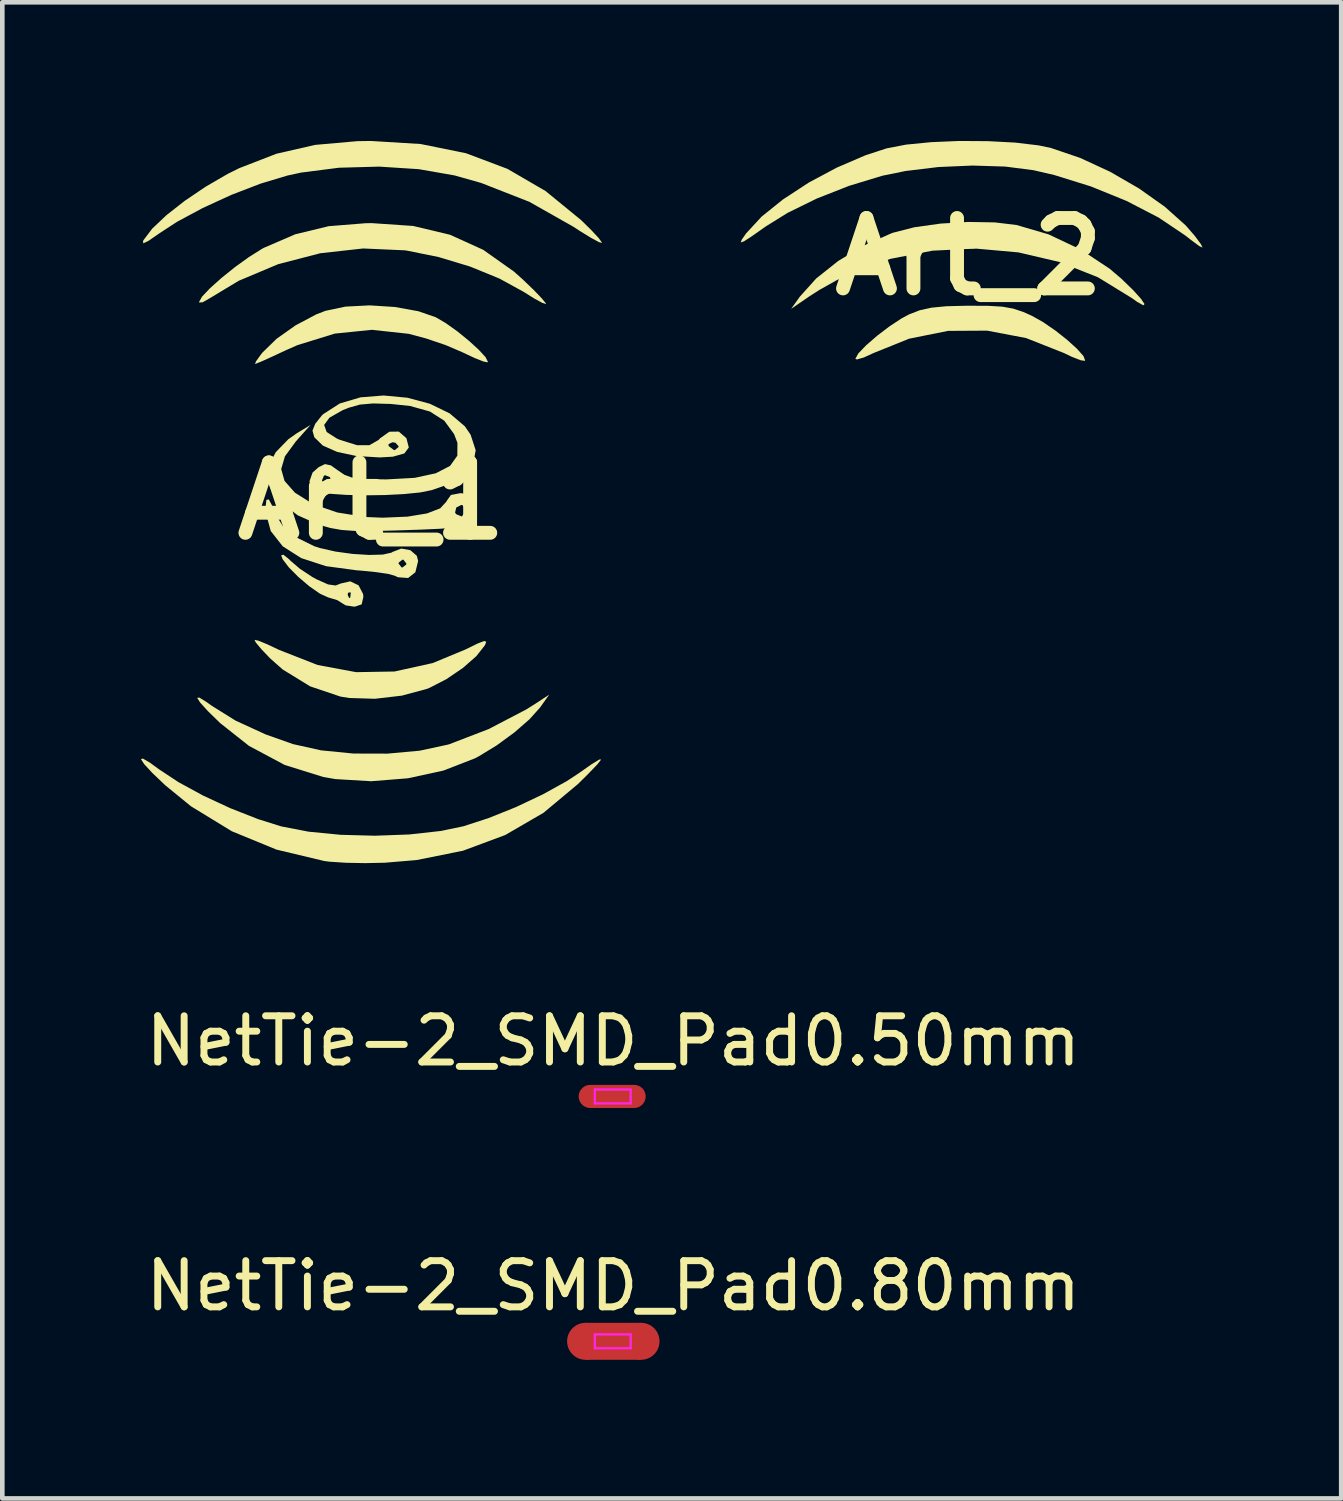
<source format=kicad_pcb>
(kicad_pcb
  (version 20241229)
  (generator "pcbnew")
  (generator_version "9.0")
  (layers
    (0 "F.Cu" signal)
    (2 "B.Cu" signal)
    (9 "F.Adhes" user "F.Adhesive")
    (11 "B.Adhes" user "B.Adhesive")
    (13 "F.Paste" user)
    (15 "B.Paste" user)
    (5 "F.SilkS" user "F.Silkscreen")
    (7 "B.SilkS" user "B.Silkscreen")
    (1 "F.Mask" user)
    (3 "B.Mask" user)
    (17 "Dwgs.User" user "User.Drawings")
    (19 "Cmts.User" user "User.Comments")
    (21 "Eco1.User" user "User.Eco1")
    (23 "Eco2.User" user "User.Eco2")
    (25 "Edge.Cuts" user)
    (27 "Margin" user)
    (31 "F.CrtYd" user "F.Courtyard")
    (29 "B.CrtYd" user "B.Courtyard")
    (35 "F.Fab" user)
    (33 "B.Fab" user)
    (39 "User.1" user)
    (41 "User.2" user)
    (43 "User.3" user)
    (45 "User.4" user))
  (footprint "Art_2"
    (layer "F.Cu")
    (at 17.911 2.501)
    (property "Reference" "Art_2" (at 0 0 0) (layer "F.SilkS") (effects (font (size 1.524 1.524) (thickness 0.3))))
    (attr through_hole)
    (fp_poly (pts (xy 0.565 -0.739) (xy 1.032 -0.683) (xy 1.724 -0.481) (xy 2.417 -0.154) (xy 3.048 0.263) (xy 3.299 0.477) (xy 3.556 0.726) (xy 3.726 0.914) (xy 3.802 1.028) (xy 3.777 1.055) (xy 3.644 0.981) (xy 3.535 0.903) (xy 2.798 0.45) (xy 1.968 0.119) (xy 1.074 -0.09) (xy 0.146 -0.173) (xy -0.788 -0.127) (xy -1.698 0.05) (xy -2.514 0.342) (xy -2.866 0.516) (xy -3.227 0.719) (xy -3.441 0.855) (xy -3.844 1.132) (xy -3.653 0.865) (xy -3.301 0.474) (xy -2.825 0.095) (xy -2.268 -0.24) (xy -1.677 -0.502) (xy -1.638 -0.516) (xy -1.178 -0.634) (xy -0.616 -0.713) (xy -0.013 -0.749) (xy 0.565 -0.739)) (stroke (width 0) (type solid)) (fill yes) (layer "F.SilkS"))
    (fp_poly (pts (xy 0.422 1.066) (xy 0.725 1.084) (xy 0.961 1.126) (xy 1.18 1.199) (xy 1.367 1.283) (xy 1.608 1.418) (xy 1.872 1.6) (xy 2.127 1.801) (xy 2.341 1.995) (xy 2.482 2.154) (xy 2.518 2.25) (xy 2.513 2.256) (xy 2.422 2.244) (xy 2.229 2.169) (xy 2.058 2.087) (xy 1.239 1.763) (xy 0.397 1.603) (xy -0.451 1.608) (xy -1.29 1.777) (xy -2.05 2.083) (xy -2.272 2.184) (xy -2.42 2.226) (xy -2.455 2.214) (xy -2.39 2.096) (xy -2.219 1.918) (xy -1.981 1.712) (xy -1.711 1.507) (xy -1.448 1.334) (xy -1.289 1.25) (xy -1.058 1.161) (xy -0.807 1.106) (xy -0.488 1.075) (xy -0.053 1.064) (xy 0 1.064) (xy 0.422 1.066)) (stroke (width 0) (type solid)) (fill yes) (layer "F.SilkS"))
    (fp_poly (pts (xy 0.412 -2.497) (xy 1.002 -2.466) (xy 1.508 -2.406) (xy 1.778 -2.349) (xy 2.411 -2.134) (xy 3.059 -1.834) (xy 3.682 -1.474) (xy 4.24 -1.079) (xy 4.694 -0.673) (xy 4.892 -0.445) (xy 5.023 -0.267) (xy 5.058 -0.194) (xy 4.986 -0.227) (xy 4.798 -0.367) (xy 4.68 -0.459) (xy 4.107 -0.844) (xy 3.412 -1.204) (xy 2.643 -1.517) (xy 1.846 -1.765) (xy 1.397 -1.869) (xy 0.788 -1.947) (xy 0.082 -1.969) (xy -0.658 -1.937) (xy -1.369 -1.851) (xy -1.873 -1.748) (xy -2.587 -1.531) (xy -3.287 -1.256) (xy -3.919 -0.946) (xy -4.391 -0.653) (xy -4.689 -0.443) (xy -4.865 -0.329) (xy -4.934 -0.305) (xy -4.912 -0.366) (xy -4.818 -0.501) (xy -4.482 -0.865) (xy -4.017 -1.238) (xy -3.463 -1.6) (xy -2.855 -1.925) (xy -2.234 -2.192) (xy -1.778 -2.341) (xy -1.356 -2.422) (xy -0.817 -2.475) (xy -0.211 -2.501) (xy 0.412 -2.497)) (stroke (width 0) (type solid)) (fill yes) (layer "F.SilkS")))
  (footprint "NetTie-2_SMD_Pad0.50mm"
    (layer "F.Cu")
    (at 10.22 20.673)
    (property "Reference" "NetTie-2_SMD_Pad0.50mm" (at 0 -1.2 0) (layer "F.SilkS") (effects (font (size 1 1) (thickness 0.15))))
    (attr exclude_from_pos_files exclude_from_bom)
    (fp_poly (pts (xy -0.5 -0.25) (xy 0.45 -0.25) (xy 0.45 0.25) (xy -0.5 0.25)) (stroke (width 0) (type solid)) (fill yes) (layer "F.Cu"))
    (fp_line (start -0.4 -0.15) (end -0.4 0.15) (stroke (width 0.05) (type solid)) (layer "F.CrtYd"))
    (fp_line (start -0.4 0.15) (end 0.375 0.15) (stroke (width 0.05) (type solid)) (layer "F.CrtYd"))
    (fp_line (start 0.375 -0.15) (end -0.4 -0.15) (stroke (width 0.05) (type solid)) (layer "F.CrtYd"))
    (fp_line (start 0.375 0.15) (end 0.375 -0.15) (stroke (width 0.05) (type solid)) (layer "F.CrtYd"))
    (pad "1" smd circle (at -0.5 0) (size 0.5 0.5) (layers "F.Cu"))
    (pad "2" smd circle (at 0.45 0) (size 0.5 0.5) (layers "F.Cu")))
  (footprint "NetTie-2_SMD_Pad0.80mm"
    (layer "F.Cu")
    (at 10.22 25.971)
    (property "Reference" "NetTie-2_SMD_Pad0.80mm" (at 0 -1.2 0) (layer "F.SilkS") (effects (font (size 1 1) (thickness 0.15))))
    (attr exclude_from_pos_files exclude_from_bom)
    (fp_poly (pts (xy -0.6 -0.4) (xy 0.6 -0.4) (xy 0.6 0.4) (xy -0.6 0.4)) (stroke (width 0) (type solid)) (fill yes) (layer "F.Cu"))
    (fp_line (start -0.4 -0.15) (end -0.4 0.15) (stroke (width 0.05) (type solid)) (layer "F.CrtYd"))
    (fp_line (start -0.4 0.15) (end 0.375 0.15) (stroke (width 0.05) (type solid)) (layer "F.CrtYd"))
    (fp_line (start 0.375 -0.15) (end -0.4 -0.15) (stroke (width 0.05) (type solid)) (layer "F.CrtYd"))
    (fp_line (start 0.375 0.15) (end 0.375 -0.15) (stroke (width 0.05) (type solid)) (layer "F.CrtYd"))
    (pad "1" smd circle (at -0.6 0) (size 0.8 0.8) (layers "F.Cu"))
    (pad "2" smd circle (at 0.6 0) (size 0.8 0.8) (layers "F.Cu")))
  (footprint "Art_1"
    (layer "F.Cu")
    (at 4.981 7.789)
    (property "Reference" "Art_1" (at 0 0 0) (layer "F.SilkS") (effects (font (size 1.524 1.524) (thickness 0.3))))
    (attr through_hole)
    (fp_poly (pts (xy -2.439 3.023) (xy -2.245 3.103) (xy -1.986 3.225) (xy -1.159 3.549) (xy -0.327 3.704) (xy 0.504 3.69) (xy 1.332 3.507) (xy 2.038 3.214) (xy 2.304 3.084) (xy 2.447 3.03) (xy 2.49 3.047) (xy 2.461 3.121) (xy 2.276 3.357) (xy 1.983 3.614) (xy 1.63 3.854) (xy 1.269 4.04) (xy 1.198 4.068) (xy 0.664 4.212) (xy 0.08 4.28) (xy -0.474 4.263) (xy -0.666 4.232) (xy -1.321 4.011) (xy -1.915 3.646) (xy -2.186 3.406) (xy -2.374 3.209) (xy -2.496 3.063) (xy -2.525 3.005) (xy -2.439 3.023)) (stroke (width 0) (type solid)) (fill yes) (layer "F.SilkS"))
    (fp_poly (pts (xy 3.653 4.47) (xy 3.425 4.724) (xy 3.095 5.011) (xy 2.712 5.291) (xy 2.326 5.526) (xy 2.244 5.569) (xy 1.564 5.833) (xy 0.797 6) (xy -0.000234 6.064) (xy -0.77 6.018) (xy -1.034 5.973) (xy -1.871 5.712) (xy -2.644 5.299) (xy -3.265 4.808) (xy -3.533 4.547) (xy -3.701 4.361) (xy -3.765 4.26) (xy -3.718 4.254) (xy -3.558 4.353) (xy -3.456 4.427) (xy -2.935 4.752) (xy -2.284 5.051) (xy -1.691 5.261) (xy -1.083 5.396) (xy -0.383 5.465) (xy 0.349 5.467) (xy 1.05 5.403) (xy 1.659 5.272) (xy 1.69 5.263) (xy 2.54 4.936) (xy 3.348 4.515) (xy 3.556 4.385) (xy 3.851 4.191) (xy 3.653 4.47)) (stroke (width 0) (type solid)) (fill yes) (layer "F.SilkS"))
    (fp_poly (pts (xy 0.513 -4.197) (xy 1.021 -4.105) (xy 1.397 -3.975) (xy 1.614 -3.848) (xy 1.864 -3.67) (xy 2.112 -3.468) (xy 2.327 -3.272) (xy 2.476 -3.11) (xy 2.525 -3.01) (xy 2.52 -3) (xy 2.432 -3.016) (xy 2.236 -3.094) (xy 1.974 -3.217) (xy 1.97 -3.219) (xy 1.615 -3.371) (xy 1.188 -3.516) (xy 0.807 -3.617) (xy 0.014 -3.703) (xy -0.788 -3.621) (xy -1.597 -3.371) (xy -1.848 -3.26) (xy -2.142 -3.123) (xy -2.372 -3.019) (xy -2.5 -2.967) (xy -2.513 -2.963) (xy -2.492 -3.021) (xy -2.391 -3.162) (xy -2.356 -3.207) (xy -2.047 -3.509) (xy -1.637 -3.799) (xy -1.193 -4.035) (xy -0.989 -4.114) (xy -0.557 -4.205) (xy -0.034 -4.232) (xy 0.513 -4.197)) (stroke (width 0) (type solid)) (fill yes) (layer "F.SilkS"))
    (fp_poly (pts (xy -1.78 1.258) (xy -1.746 1.293) (xy -1.543 1.467) (xy -1.275 1.644) (xy -1.18 1.696) (xy -0.932 1.806) (xy -0.769 1.829) (xy -0.659 1.786) (xy -0.453 1.739) (xy -0.273 1.825) (xy -0.175 2.013) (xy -0.169 2.077) (xy -0.206 2.237) (xy -0.347 2.285) (xy -0.376 2.286) (xy -0.552 2.259) (xy -0.628 2.212) (xy -0.736 2.145) (xy -0.93 2.087) (xy -1.053 2.032) (xy -0.508 2.032) (xy -0.477 2.102) (xy -0.452 2.088) (xy -0.441 1.988) (xy -0.452 1.976) (xy -0.502 1.987) (xy -0.508 2.032) (xy -1.053 2.032) (xy -1.107 2.007) (xy -1.337 1.847) (xy -1.576 1.644) (xy -1.783 1.435) (xy -1.918 1.258) (xy -1.947 1.175) (xy -1.899 1.163) (xy -1.78 1.258)) (stroke (width 0) (type solid)) (fill yes) (layer "F.SilkS"))
    (fp_poly (pts (xy 0.909 -5.95) (xy 1.705 -5.76) (xy 2.424 -5.434) (xy 3.088 -4.964) (xy 3.28 -4.793) (xy 3.516 -4.566) (xy 3.691 -4.384) (xy 3.778 -4.277) (xy 3.781 -4.261) (xy 3.7 -4.287) (xy 3.519 -4.386) (xy 3.298 -4.525) (xy 2.773 -4.813) (xy 2.139 -5.072) (xy 1.454 -5.279) (xy 0.779 -5.415) (xy 0.726 -5.423) (xy -0.173 -5.463) (xy -1.1 -5.36) (xy -2.013 -5.123) (xy -2.868 -4.763) (xy -3.493 -4.386) (xy -3.647 -4.298) (xy -3.723 -4.295) (xy -3.725 -4.304) (xy -3.66 -4.42) (xy -3.487 -4.603) (xy -3.239 -4.825) (xy -2.948 -5.059) (xy -2.647 -5.276) (xy -2.369 -5.451) (xy -2.322 -5.477) (xy -1.643 -5.77) (xy -0.921 -5.945) (xy -0.112 -6.01) (xy 0.016 -6.011) (xy 0.909 -5.95)) (stroke (width 0) (type solid)) (fill yes) (layer "F.SilkS"))
    (fp_poly (pts (xy 1.07 -7.723) (xy 2.05 -7.524) (xy 2.947 -7.186) (xy 3.774 -6.705) (xy 4.542 -6.077) (xy 4.762 -5.861) (xy 4.923 -5.687) (xy 4.994 -5.589) (xy 4.995 -5.584) (xy 4.931 -5.599) (xy 4.758 -5.692) (xy 4.509 -5.845) (xy 4.378 -5.931) (xy 3.423 -6.472) (xy 2.376 -6.882) (xy 1.801 -7.044) (xy 1.028 -7.179) (xy 0.173 -7.234) (xy -0.697 -7.21) (xy -1.515 -7.105) (xy -1.815 -7.04) (xy -2.393 -6.866) (xy -3.022 -6.624) (xy -3.644 -6.339) (xy -4.204 -6.038) (xy -4.59 -5.786) (xy -4.819 -5.627) (xy -4.931 -5.574) (xy -4.936 -5.623) (xy -4.926 -5.643) (xy -4.738 -5.892) (xy -4.428 -6.185) (xy -4.031 -6.496) (xy -3.579 -6.801) (xy -3.107 -7.075) (xy -2.856 -7.2) (xy -2.052 -7.512) (xy -1.214 -7.704) (xy -0.297 -7.785) (xy -0.008 -7.789) (xy 1.07 -7.723)) (stroke (width 0) (type solid)) (fill yes) (layer "F.SilkS"))
    (fp_poly (pts (xy -4.786 5.663) (xy -4.593 5.804) (xy -4.171 6.083) (xy -3.637 6.374) (xy -3.044 6.649) (xy -2.446 6.884) (xy -1.947 7.041) (xy -1.358 7.155) (xy -0.663 7.223) (xy 0.081 7.243) (xy 0.82 7.216) (xy 1.499 7.141) (xy 1.99 7.04) (xy 2.536 6.863) (xy 3.131 6.624) (xy 3.714 6.348) (xy 4.228 6.064) (xy 4.483 5.897) (xy 4.771 5.695) (xy 4.936 5.594) (xy 4.976 5.595) (xy 4.891 5.702) (xy 4.682 5.919) (xy 4.474 6.125) (xy 3.727 6.748) (xy 2.9 7.228) (xy 1.985 7.568) (xy 0.976 7.77) (xy 0.296 7.827) (xy -0.129 7.836) (xy -0.551 7.828) (xy -0.9 7.805) (xy -1.016 7.79) (xy -2.05 7.543) (xy -3.016 7.146) (xy -3.899 6.606) (xy -4.455 6.152) (xy -4.735 5.885) (xy -4.912 5.693) (xy -4.981 5.586) (xy -4.941 5.573) (xy -4.786 5.663)) (stroke (width 0) (type solid)) (fill yes) (layer "F.SilkS"))
    (fp_poly (pts (xy -2.137 0.112) (xy -2.077 0.276) (xy -1.911 0.546) (xy -1.615 0.79) (xy -1.232 0.979) (xy -1.111 1.018) (xy -0.772 1.095) (xy -0.4 1.146) (xy -0.044 1.168) (xy 0.252 1.16) (xy 0.44 1.118) (xy 0.462 1.103) (xy 0.651 1.03) (xy 0.847 1.065) (xy 0.987 1.186) (xy 1.016 1.297) (xy 0.956 1.543) (xy 0.799 1.667) (xy 0.577 1.65) (xy 0.508 1.617) (xy 0.367 1.578) (xy 0.107 1.54) (xy -0.222 1.507) (xy -0.309 1.501) (xy -0.977 1.411) (xy -1.149 1.355) (xy 0.593 1.355) (xy 0.657 1.437) (xy 0.677 1.439) (xy 0.76 1.375) (xy 0.762 1.355) (xy 0.698 1.272) (xy 0.677 1.27) (xy 0.595 1.334) (xy 0.593 1.355) (xy -1.149 1.355) (xy -1.514 1.236) (xy -1.914 0.981) (xy -2.173 0.651) (xy -2.282 0.249) (xy -2.286 0.152) (xy -2.268 -0.022) (xy -2.216 -0.034) (xy -2.137 0.112)) (stroke (width 0) (type solid)) (fill yes) (layer "F.SilkS"))
    (fp_poly (pts (xy -1.63 -1.288) (xy -1.866 -0.966) (xy -1.947 -0.69) (xy -1.875 -0.435) (xy -1.651 -0.18) (xy -1.254 0.07) (xy -0.734 0.249) (xy -0.122 0.347) (xy 0.251 0.362) (xy 0.787 0.339) (xy 1.206 0.27) (xy 1.261 0.249) (xy 1.815 0.249) (xy 1.837 0.285) (xy 1.96 0.336) (xy 2.03 0.245) (xy 2.032 0.212) (xy 1.989 0.099) (xy 1.952 0.085) (xy 1.842 0.141) (xy 1.815 0.249) (xy 1.261 0.249) (xy 1.492 0.16) (xy 1.629 0.013) (xy 1.633 -0.001) (xy 1.726 -0.13) (xy 1.933 -0.169) (xy 1.938 -0.169) (xy 2.135 -0.139) (xy 2.232 -0.018) (xy 2.255 0.055) (xy 2.268 0.272) (xy 2.226 0.415) (xy 2.177 0.476) (xy 2.102 0.522) (xy 1.976 0.556) (xy 1.775 0.582) (xy 1.476 0.602) (xy 1.056 0.621) (xy 0.508 0.639) (xy 0.011 0.651) (xy -0.36 0.648) (xy -0.645 0.627) (xy -0.886 0.584) (xy -1.126 0.516) (xy -1.145 0.51) (xy -1.588 0.311) (xy -1.942 0.043) (xy -2.176 -0.267) (xy -2.248 -0.468) (xy -2.225 -0.754) (xy -2.064 -1.056) (xy -1.791 -1.337) (xy -1.609 -1.465) (xy -1.312 -1.645) (xy -1.63 -1.288)) (stroke (width 0) (type solid)) (fill yes) (layer "F.SilkS"))
    (fp_poly (pts (xy 0.781 -2.234) (xy 1.27 -2.103) (xy 1.698 -1.895) (xy 2.027 -1.615) (xy 2.151 -1.434) (xy 2.261 -1.098) (xy 2.208 -0.804) (xy 1.992 -0.552) (xy 1.612 -0.34) (xy 1.312 -0.235) (xy 1.058 -0.184) (xy 0.707 -0.149) (xy 0.3 -0.128) (xy -0.127 -0.122) (xy -0.533 -0.131) (xy -0.881 -0.155) (xy -1.132 -0.193) (xy -1.242 -0.238) (xy -1.336 -0.424) (xy -1.329 -0.443) (xy -1.065 -0.443) (xy -1.054 -0.416) (xy -0.951 -0.374) (xy -0.924 -0.385) (xy -0.882 -0.488) (xy -0.893 -0.515) (xy -0.996 -0.557) (xy -1.023 -0.546) (xy -1.065 -0.443) (xy -1.329 -0.443) (xy -1.268 -0.615) (xy -1.135 -0.732) (xy -0.999 -0.798) (xy -0.873 -0.77) (xy -0.714 -0.658) (xy -0.578 -0.566) (xy -0.426 -0.509) (xy -0.214 -0.479) (xy 0.101 -0.468) (xy 0.337 -0.467) (xy 0.94 -0.5) (xy 1.398 -0.599) (xy 1.707 -0.759) (xy 1.864 -0.979) (xy 1.866 -1.258) (xy 1.793 -1.448) (xy 1.582 -1.736) (xy 1.271 -1.935) (xy 0.841 -2.055) (xy 0.425 -2.099) (xy 0.04 -2.11) (xy -0.245 -2.085) (xy -0.495 -2.014) (xy -0.621 -1.962) (xy -0.904 -1.801) (xy -1.018 -1.644) (xy -0.963 -1.492) (xy -0.74 -1.349) (xy -0.676 -1.322) (xy -0.307 -1.207) (xy -0.037 -1.207) (xy 0.001 -1.229) (xy 0.373 -1.229) (xy 0.381 -1.185) (xy 0.489 -1.104) (xy 0.513 -1.101) (xy 0.59 -1.165) (xy 0.593 -1.185) (xy 0.524 -1.26) (xy 0.461 -1.27) (xy 0.373 -1.229) (xy 0.001 -1.229) (xy 0.162 -1.322) (xy 0.192 -1.355) (xy 0.393 -1.498) (xy 0.597 -1.501) (xy 0.758 -1.362) (xy 0.765 -1.349) (xy 0.814 -1.157) (xy 0.718 -1.028) (xy 0.47 -0.958) (xy 0.185 -0.942) (xy -0.316 -0.972) (xy -0.735 -1.061) (xy -1.047 -1.199) (xy -1.23 -1.378) (xy -1.27 -1.521) (xy -1.212 -1.668) (xy -1.068 -1.849) (xy -1.037 -1.879) (xy -0.678 -2.11) (xy -0.231 -2.242) (xy 0.269 -2.282) (xy 0.781 -2.234)) (stroke (width 0) (type solid)) (fill yes) (layer "F.SilkS")))
  (gr_rect
    (start -3 -3)
    (end 25.969 29.371)
    (stroke (width 0.1) (type default))
    (fill no)
    (layer "Edge.Cuts")))
</source>
